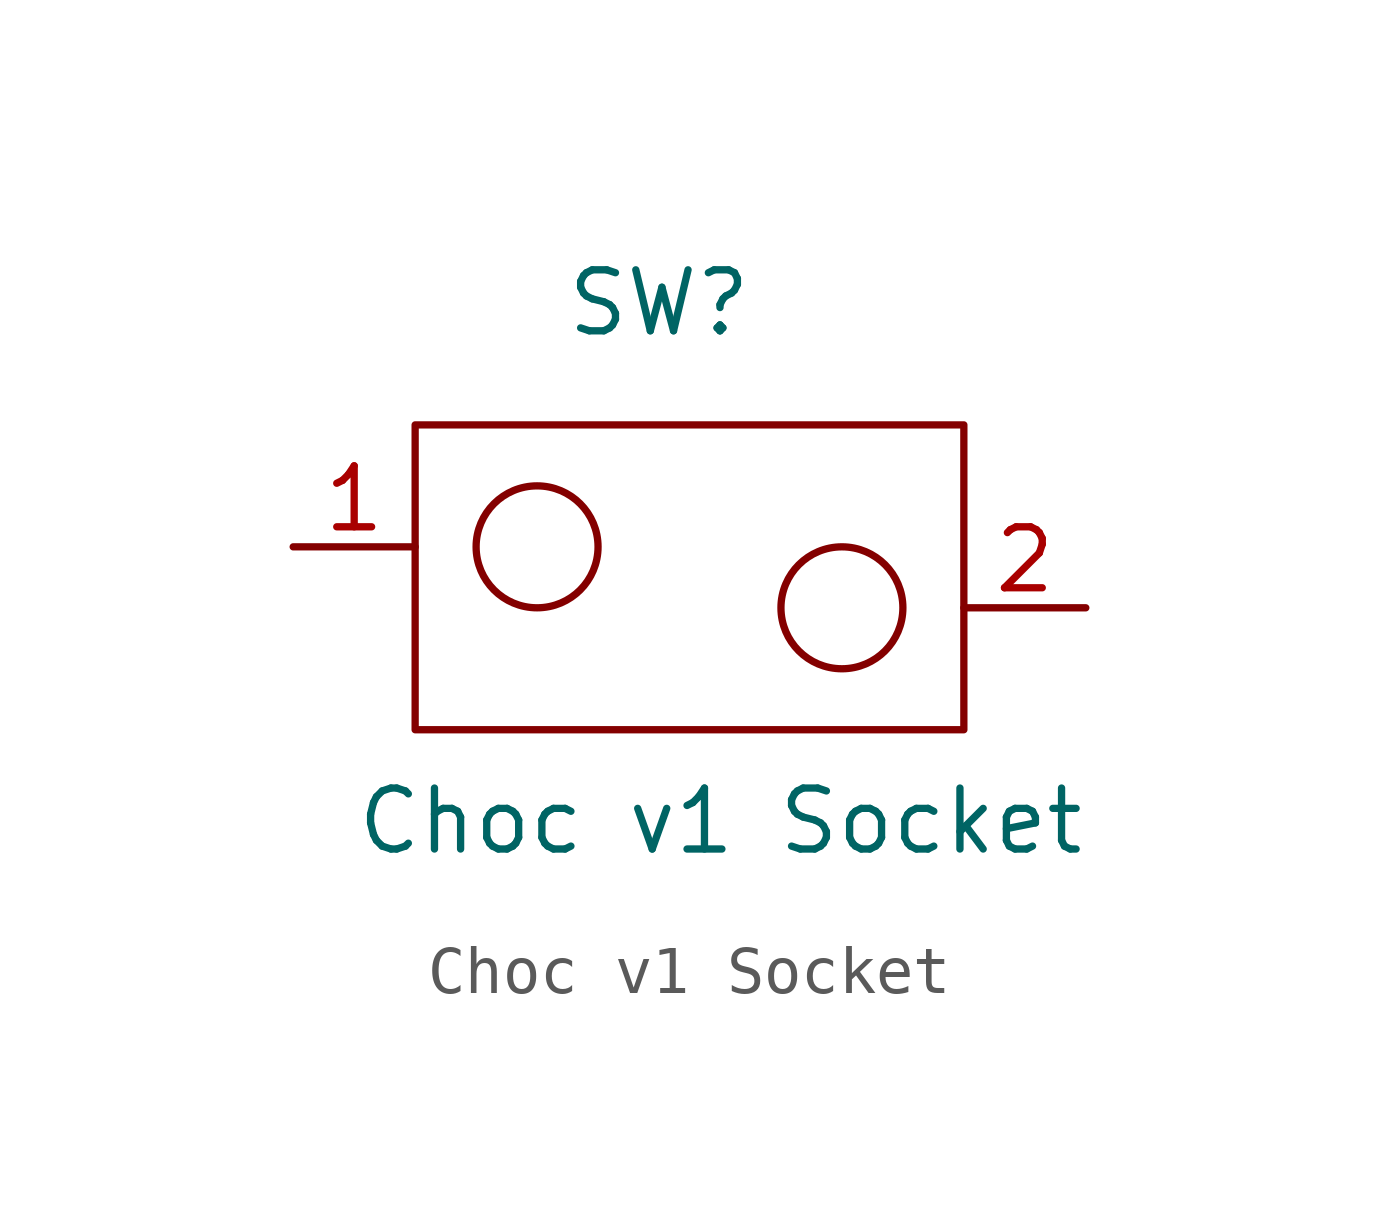
<source format=kicad_sym>
(kicad_symbol_lib
  (version 20220914)
  (generator kicad_symbol_editor)
  (symbol "Choc v1 Socket"
    (property "Reference" "SW"
      (at 0 7.62 0)
      (effects (font (size 1.27 1.27))))
    (property "Value" "Choc v1 Socket"
      (at -6.35 -3.175 0)
      (effects (font (size 1.27 1.27)) (justify left)))
    (symbol "Choc v1 Socket_0_1"
      (rectangle (start -5.08 5.08) (end 6.35 -1.27) (stroke (width 0.152) (type default)) (fill (type none)))
      (circle (center -2.54 2.54) (radius 1.27) (stroke (width 0.152) (type default)) (fill (type none)))
      (circle (center 3.81 1.27) (radius 1.27) (stroke (width 0.152) (type default)) (fill (type none))))
    (symbol "Choc v1 Socket_1_1"
      (pin bidirectional line (at -7.62 2.54 0) (length 2.54) (name "" (effects (font (size 1.27 1.27)))) (number "1" (effects (font (size 1.27 1.27)))))
      (pin passive line (at 8.89 1.27 180) (length 2.54) (name "" (effects (font (size 1.27 1.27)))) (number "2" (effects (font (size 1.27 1.27))))))))
</source>
